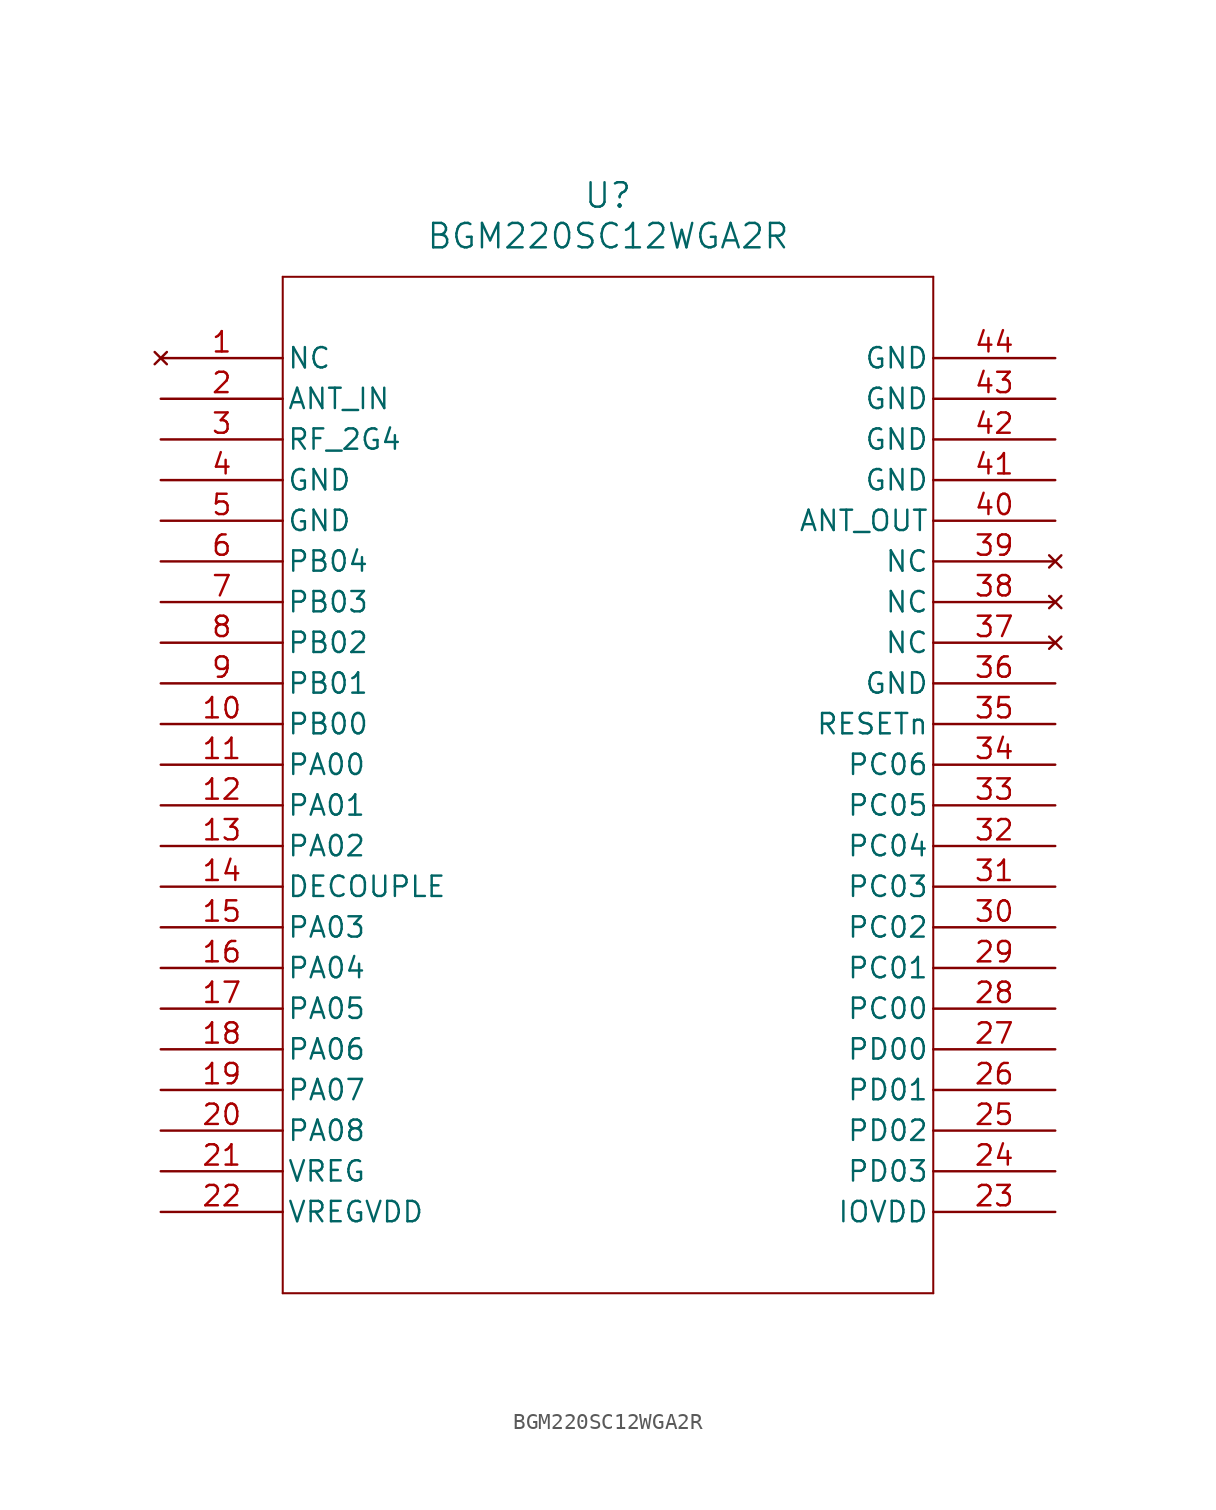
<source format=kicad_sym>
(kicad_symbol_lib
  (version 20241209)
  (generator "kicad_symbol_editor")
  (generator_version "9.0")
  (symbol "BGM220SC12WGA2R"
    (pin_names
      (offset 0.254))
    (property "Reference" "U"
      (at 27.94 10.16 0)
      (effects (font (size 1.524 1.524))))
    (property "Value" "BGM220SC12WGA2R"
      (at 27.94 7.62 0)
      (effects (font (size 1.524 1.524))))
    (property "ki_locked" ""
      (at 0 0 0)
      (effects (font (size 1.27 1.27))))
    (symbol "BGM220SC12WGA2R_0_1"
      (polyline (pts (xy 7.62 5.08) (xy 7.62 -58.42)) (stroke (width 0.127) (type default)) (fill (type none)))
      (polyline (pts (xy 7.62 -58.42) (xy 48.26 -58.42)) (stroke (width 0.127) (type default)) (fill (type none)))
      (polyline (pts (xy 48.26 5.08) (xy 7.62 5.08)) (stroke (width 0.127) (type default)) (fill (type none)))
      (polyline (pts (xy 48.26 -58.42) (xy 48.26 5.08)) (stroke (width 0.127) (type default)) (fill (type none)))
      (pin no_connect line (at 0 0 0) (length 7.62) (name "NC" (effects (font (size 1.27 1.27)))) (number "1" (effects (font (size 1.27 1.27)))))
      (pin input line (at 0 -2.54 0) (length 7.62) (name "ANT_IN" (effects (font (size 1.27 1.27)))) (number "2" (effects (font (size 1.27 1.27)))))
      (pin bidirectional line (at 0 -5.08 0) (length 7.62) (name "RF_2G4" (effects (font (size 1.27 1.27)))) (number "3" (effects (font (size 1.27 1.27)))))
      (pin power_out line (at 0 -7.62 0) (length 7.62) (name "GND" (effects (font (size 1.27 1.27)))) (number "4" (effects (font (size 1.27 1.27)))))
      (pin power_out line (at 0 -10.16 0) (length 7.62) (name "GND" (effects (font (size 1.27 1.27)))) (number "5" (effects (font (size 1.27 1.27)))))
      (pin bidirectional line (at 0 -12.7 0) (length 7.62) (name "PB04" (effects (font (size 1.27 1.27)))) (number "6" (effects (font (size 1.27 1.27)))))
      (pin bidirectional line (at 0 -15.24 0) (length 7.62) (name "PB03" (effects (font (size 1.27 1.27)))) (number "7" (effects (font (size 1.27 1.27)))))
      (pin bidirectional line (at 0 -17.78 0) (length 7.62) (name "PB02" (effects (font (size 1.27 1.27)))) (number "8" (effects (font (size 1.27 1.27)))))
      (pin bidirectional line (at 0 -20.32 0) (length 7.62) (name "PB01" (effects (font (size 1.27 1.27)))) (number "9" (effects (font (size 1.27 1.27)))))
      (pin bidirectional line (at 0 -22.86 0) (length 7.62) (name "PB00" (effects (font (size 1.27 1.27)))) (number "10" (effects (font (size 1.27 1.27)))))
      (pin bidirectional line (at 0 -25.4 0) (length 7.62) (name "PA00" (effects (font (size 1.27 1.27)))) (number "11" (effects (font (size 1.27 1.27)))))
      (pin bidirectional line (at 0 -27.94 0) (length 7.62) (name "PA01" (effects (font (size 1.27 1.27)))) (number "12" (effects (font (size 1.27 1.27)))))
      (pin bidirectional line (at 0 -30.48 0) (length 7.62) (name "PA02" (effects (font (size 1.27 1.27)))) (number "13" (effects (font (size 1.27 1.27)))))
      (pin output line (at 0 -33.02 0) (length 7.62) (name "DECOUPLE" (effects (font (size 1.27 1.27)))) (number "14" (effects (font (size 1.27 1.27)))))
      (pin bidirectional line (at 0 -35.56 0) (length 7.62) (name "PA03" (effects (font (size 1.27 1.27)))) (number "15" (effects (font (size 1.27 1.27)))))
      (pin bidirectional line (at 0 -38.1 0) (length 7.62) (name "PA04" (effects (font (size 1.27 1.27)))) (number "16" (effects (font (size 1.27 1.27)))))
      (pin bidirectional line (at 0 -40.64 0) (length 7.62) (name "PA05" (effects (font (size 1.27 1.27)))) (number "17" (effects (font (size 1.27 1.27)))))
      (pin bidirectional line (at 0 -43.18 0) (length 7.62) (name "PA06" (effects (font (size 1.27 1.27)))) (number "18" (effects (font (size 1.27 1.27)))))
      (pin bidirectional line (at 0 -45.72 0) (length 7.62) (name "PA07" (effects (font (size 1.27 1.27)))) (number "19" (effects (font (size 1.27 1.27)))))
      (pin bidirectional line (at 0 -48.26 0) (length 7.62) (name "PA08" (effects (font (size 1.27 1.27)))) (number "20" (effects (font (size 1.27 1.27)))))
      (pin power_in line (at 0 -50.8 0) (length 7.62) (name "VREG" (effects (font (size 1.27 1.27)))) (number "21" (effects (font (size 1.27 1.27)))))
      (pin power_in line (at 0 -53.34 0) (length 7.62) (name "VREGVDD" (effects (font (size 1.27 1.27)))) (number "22" (effects (font (size 1.27 1.27)))))
      (pin power_out line (at 55.88 0 180) (length 7.62) (name "GND" (effects (font (size 1.27 1.27)))) (number "44" (effects (font (size 1.27 1.27)))))
      (pin power_out line (at 55.88 -2.54 180) (length 7.62) (name "GND" (effects (font (size 1.27 1.27)))) (number "43" (effects (font (size 1.27 1.27)))))
      (pin power_out line (at 55.88 -5.08 180) (length 7.62) (name "GND" (effects (font (size 1.27 1.27)))) (number "42" (effects (font (size 1.27 1.27)))))
      (pin power_out line (at 55.88 -7.62 180) (length 7.62) (name "GND" (effects (font (size 1.27 1.27)))) (number "41" (effects (font (size 1.27 1.27)))))
      (pin output line (at 55.88 -10.16 180) (length 7.62) (name "ANT_OUT" (effects (font (size 1.27 1.27)))) (number "40" (effects (font (size 1.27 1.27)))))
      (pin no_connect line (at 55.88 -12.7 180) (length 7.62) (name "NC" (effects (font (size 1.27 1.27)))) (number "39" (effects (font (size 1.27 1.27)))))
      (pin no_connect line (at 55.88 -15.24 180) (length 7.62) (name "NC" (effects (font (size 1.27 1.27)))) (number "38" (effects (font (size 1.27 1.27)))))
      (pin no_connect line (at 55.88 -17.78 180) (length 7.62) (name "NC" (effects (font (size 1.27 1.27)))) (number "37" (effects (font (size 1.27 1.27)))))
      (pin power_out line (at 55.88 -20.32 180) (length 7.62) (name "GND" (effects (font (size 1.27 1.27)))) (number "36" (effects (font (size 1.27 1.27)))))
      (pin input line (at 55.88 -22.86 180) (length 7.62) (name "RESETn" (effects (font (size 1.27 1.27)))) (number "35" (effects (font (size 1.27 1.27)))))
      (pin bidirectional line (at 55.88 -25.4 180) (length 7.62) (name "PC06" (effects (font (size 1.27 1.27)))) (number "34" (effects (font (size 1.27 1.27)))))
      (pin bidirectional line (at 55.88 -27.94 180) (length 7.62) (name "PC05" (effects (font (size 1.27 1.27)))) (number "33" (effects (font (size 1.27 1.27)))))
      (pin bidirectional line (at 55.88 -30.48 180) (length 7.62) (name "PC04" (effects (font (size 1.27 1.27)))) (number "32" (effects (font (size 1.27 1.27)))))
      (pin bidirectional line (at 55.88 -33.02 180) (length 7.62) (name "PC03" (effects (font (size 1.27 1.27)))) (number "31" (effects (font (size 1.27 1.27)))))
      (pin bidirectional line (at 55.88 -35.56 180) (length 7.62) (name "PC02" (effects (font (size 1.27 1.27)))) (number "30" (effects (font (size 1.27 1.27)))))
      (pin bidirectional line (at 55.88 -38.1 180) (length 7.62) (name "PC01" (effects (font (size 1.27 1.27)))) (number "29" (effects (font (size 1.27 1.27)))))
      (pin bidirectional line (at 55.88 -40.64 180) (length 7.62) (name "PC00" (effects (font (size 1.27 1.27)))) (number "28" (effects (font (size 1.27 1.27)))))
      (pin bidirectional line (at 55.88 -43.18 180) (length 7.62) (name "PD00" (effects (font (size 1.27 1.27)))) (number "27" (effects (font (size 1.27 1.27)))))
      (pin bidirectional line (at 55.88 -45.72 180) (length 7.62) (name "PD01" (effects (font (size 1.27 1.27)))) (number "26" (effects (font (size 1.27 1.27)))))
      (pin bidirectional line (at 55.88 -48.26 180) (length 7.62) (name "PD02" (effects (font (size 1.27 1.27)))) (number "25" (effects (font (size 1.27 1.27)))))
      (pin bidirectional line (at 55.88 -50.8 180) (length 7.62) (name "PD03" (effects (font (size 1.27 1.27)))) (number "24" (effects (font (size 1.27 1.27)))))
      (pin power_in line (at 55.88 -53.34 180) (length 7.62) (name "IOVDD" (effects (font (size 1.27 1.27)))) (number "23" (effects (font (size 1.27 1.27))))))))
</source>
